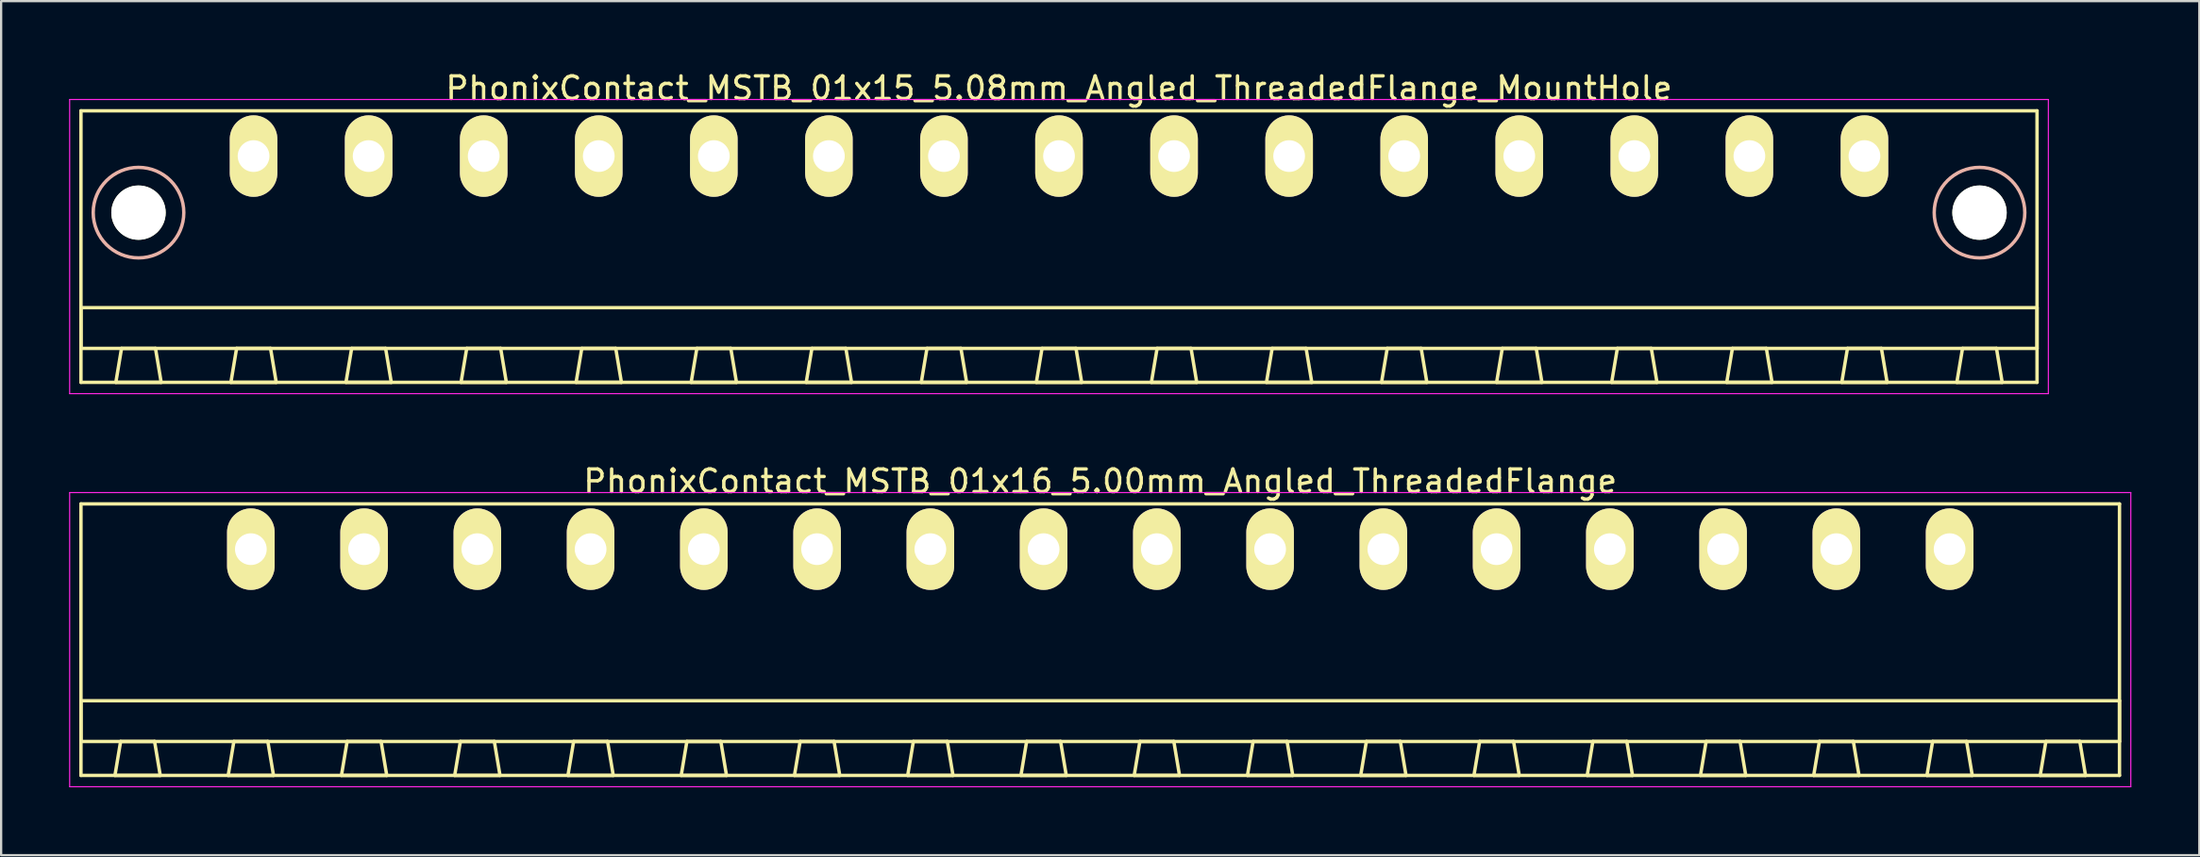
<source format=kicad_pcb>
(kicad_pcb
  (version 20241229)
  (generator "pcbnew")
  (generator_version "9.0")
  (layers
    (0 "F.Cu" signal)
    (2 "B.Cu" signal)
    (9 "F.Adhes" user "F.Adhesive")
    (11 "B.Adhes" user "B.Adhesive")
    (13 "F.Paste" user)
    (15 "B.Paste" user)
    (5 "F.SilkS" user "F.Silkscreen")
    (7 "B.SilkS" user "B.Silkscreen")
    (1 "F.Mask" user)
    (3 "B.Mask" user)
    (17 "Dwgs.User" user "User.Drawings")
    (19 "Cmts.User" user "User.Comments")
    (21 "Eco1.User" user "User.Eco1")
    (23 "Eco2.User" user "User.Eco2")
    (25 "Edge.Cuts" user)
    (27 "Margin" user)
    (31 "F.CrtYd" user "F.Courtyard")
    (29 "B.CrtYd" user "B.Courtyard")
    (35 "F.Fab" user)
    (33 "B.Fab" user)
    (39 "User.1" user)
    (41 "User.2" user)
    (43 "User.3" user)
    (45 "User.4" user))
  (footprint "PhonixContact_MSTB_01x15_5.08mm_Angled_ThreadedFlange_MountHole"
    (layer "F.Cu")
    (at 8.145 3.848)
    (property "Reference" "PhonixContact_MSTB_01x15_5.08mm_Angled_ThreadedFlange_MountHole" (at 35.56 -3 0) (layer "F.SilkS") (effects (font (size 1 1) (thickness 0.15))))
    (attr through_hole)
    (fp_line (start -7.62 -2) (end -7.62 10) (stroke (width 0.15) (type solid)) (layer "F.SilkS"))
    (fp_line (start -7.62 6.7) (end 78.74 6.7) (stroke (width 0.15) (type solid)) (layer "F.SilkS"))
    (fp_line (start -7.62 8.5) (end -7.62 6.7) (stroke (width 0.15) (type solid)) (layer "F.SilkS"))
    (fp_line (start -7.62 10) (end 78.74 10) (stroke (width 0.15) (type solid)) (layer "F.SilkS"))
    (fp_line (start -6.08 10) (end -4.08 10) (stroke (width 0.15) (type solid)) (layer "F.SilkS"))
    (fp_line (start -5.83 8.5) (end -6.08 10) (stroke (width 0.15) (type solid)) (layer "F.SilkS"))
    (fp_line (start -4.33 8.5) (end -5.83 8.5) (stroke (width 0.15) (type solid)) (layer "F.SilkS"))
    (fp_line (start -4.08 10) (end -4.33 8.5) (stroke (width 0.15) (type solid)) (layer "F.SilkS"))
    (fp_line (start -1 10) (end 1 10) (stroke (width 0.15) (type solid)) (layer "F.SilkS"))
    (fp_line (start -0.75 8.5) (end -1 10) (stroke (width 0.15) (type solid)) (layer "F.SilkS"))
    (fp_line (start 0.75 8.5) (end -0.75 8.5) (stroke (width 0.15) (type solid)) (layer "F.SilkS"))
    (fp_line (start 1 10) (end 0.75 8.5) (stroke (width 0.15) (type solid)) (layer "F.SilkS"))
    (fp_line (start 4.08 10) (end 6.08 10) (stroke (width 0.15) (type solid)) (layer "F.SilkS"))
    (fp_line (start 4.33 8.5) (end 4.08 10) (stroke (width 0.15) (type solid)) (layer "F.SilkS"))
    (fp_line (start 5.83 8.5) (end 4.33 8.5) (stroke (width 0.15) (type solid)) (layer "F.SilkS"))
    (fp_line (start 6.08 10) (end 5.83 8.5) (stroke (width 0.15) (type solid)) (layer "F.SilkS"))
    (fp_line (start 9.16 10) (end 11.16 10) (stroke (width 0.15) (type solid)) (layer "F.SilkS"))
    (fp_line (start 9.41 8.5) (end 9.16 10) (stroke (width 0.15) (type solid)) (layer "F.SilkS"))
    (fp_line (start 10.91 8.5) (end 9.41 8.5) (stroke (width 0.15) (type solid)) (layer "F.SilkS"))
    (fp_line (start 11.16 10) (end 10.91 8.5) (stroke (width 0.15) (type solid)) (layer "F.SilkS"))
    (fp_line (start 14.24 10) (end 16.24 10) (stroke (width 0.15) (type solid)) (layer "F.SilkS"))
    (fp_line (start 14.49 8.5) (end 14.24 10) (stroke (width 0.15) (type solid)) (layer "F.SilkS"))
    (fp_line (start 15.99 8.5) (end 14.49 8.5) (stroke (width 0.15) (type solid)) (layer "F.SilkS"))
    (fp_line (start 16.24 10) (end 15.99 8.5) (stroke (width 0.15) (type solid)) (layer "F.SilkS"))
    (fp_line (start 19.32 10) (end 21.32 10) (stroke (width 0.15) (type solid)) (layer "F.SilkS"))
    (fp_line (start 19.57 8.5) (end 19.32 10) (stroke (width 0.15) (type solid)) (layer "F.SilkS"))
    (fp_line (start 21.07 8.5) (end 19.57 8.5) (stroke (width 0.15) (type solid)) (layer "F.SilkS"))
    (fp_line (start 21.32 10) (end 21.07 8.5) (stroke (width 0.15) (type solid)) (layer "F.SilkS"))
    (fp_line (start 24.4 10) (end 26.4 10) (stroke (width 0.15) (type solid)) (layer "F.SilkS"))
    (fp_line (start 24.65 8.5) (end 24.4 10) (stroke (width 0.15) (type solid)) (layer "F.SilkS"))
    (fp_line (start 26.15 8.5) (end 24.65 8.5) (stroke (width 0.15) (type solid)) (layer "F.SilkS"))
    (fp_line (start 26.4 10) (end 26.15 8.5) (stroke (width 0.15) (type solid)) (layer "F.SilkS"))
    (fp_line (start 29.48 10) (end 31.48 10) (stroke (width 0.15) (type solid)) (layer "F.SilkS"))
    (fp_line (start 29.73 8.5) (end 29.48 10) (stroke (width 0.15) (type solid)) (layer "F.SilkS"))
    (fp_line (start 31.23 8.5) (end 29.73 8.5) (stroke (width 0.15) (type solid)) (layer "F.SilkS"))
    (fp_line (start 31.48 10) (end 31.23 8.5) (stroke (width 0.15) (type solid)) (layer "F.SilkS"))
    (fp_line (start 34.56 10) (end 36.56 10) (stroke (width 0.15) (type solid)) (layer "F.SilkS"))
    (fp_line (start 34.81 8.5) (end 34.56 10) (stroke (width 0.15) (type solid)) (layer "F.SilkS"))
    (fp_line (start 36.31 8.5) (end 34.81 8.5) (stroke (width 0.15) (type solid)) (layer "F.SilkS"))
    (fp_line (start 36.56 10) (end 36.31 8.5) (stroke (width 0.15) (type solid)) (layer "F.SilkS"))
    (fp_line (start 39.64 10) (end 41.64 10) (stroke (width 0.15) (type solid)) (layer "F.SilkS"))
    (fp_line (start 39.89 8.5) (end 39.64 10) (stroke (width 0.15) (type solid)) (layer "F.SilkS"))
    (fp_line (start 41.39 8.5) (end 39.89 8.5) (stroke (width 0.15) (type solid)) (layer "F.SilkS"))
    (fp_line (start 41.64 10) (end 41.39 8.5) (stroke (width 0.15) (type solid)) (layer "F.SilkS"))
    (fp_line (start 44.72 10) (end 46.72 10) (stroke (width 0.15) (type solid)) (layer "F.SilkS"))
    (fp_line (start 44.97 8.5) (end 44.72 10) (stroke (width 0.15) (type solid)) (layer "F.SilkS"))
    (fp_line (start 46.47 8.5) (end 44.97 8.5) (stroke (width 0.15) (type solid)) (layer "F.SilkS"))
    (fp_line (start 46.72 10) (end 46.47 8.5) (stroke (width 0.15) (type solid)) (layer "F.SilkS"))
    (fp_line (start 49.8 10) (end 51.8 10) (stroke (width 0.15) (type solid)) (layer "F.SilkS"))
    (fp_line (start 50.05 8.5) (end 49.8 10) (stroke (width 0.15) (type solid)) (layer "F.SilkS"))
    (fp_line (start 51.55 8.5) (end 50.05 8.5) (stroke (width 0.15) (type solid)) (layer "F.SilkS"))
    (fp_line (start 51.8 10) (end 51.55 8.5) (stroke (width 0.15) (type solid)) (layer "F.SilkS"))
    (fp_line (start 54.88 10) (end 56.88 10) (stroke (width 0.15) (type solid)) (layer "F.SilkS"))
    (fp_line (start 55.13 8.5) (end 54.88 10) (stroke (width 0.15) (type solid)) (layer "F.SilkS"))
    (fp_line (start 56.63 8.5) (end 55.13 8.5) (stroke (width 0.15) (type solid)) (layer "F.SilkS"))
    (fp_line (start 56.88 10) (end 56.63 8.5) (stroke (width 0.15) (type solid)) (layer "F.SilkS"))
    (fp_line (start 59.96 10) (end 61.96 10) (stroke (width 0.15) (type solid)) (layer "F.SilkS"))
    (fp_line (start 60.21 8.5) (end 59.96 10) (stroke (width 0.15) (type solid)) (layer "F.SilkS"))
    (fp_line (start 61.71 8.5) (end 60.21 8.5) (stroke (width 0.15) (type solid)) (layer "F.SilkS"))
    (fp_line (start 61.96 10) (end 61.71 8.5) (stroke (width 0.15) (type solid)) (layer "F.SilkS"))
    (fp_line (start 65.04 10) (end 67.04 10) (stroke (width 0.15) (type solid)) (layer "F.SilkS"))
    (fp_line (start 65.29 8.5) (end 65.04 10) (stroke (width 0.15) (type solid)) (layer "F.SilkS"))
    (fp_line (start 66.79 8.5) (end 65.29 8.5) (stroke (width 0.15) (type solid)) (layer "F.SilkS"))
    (fp_line (start 67.04 10) (end 66.79 8.5) (stroke (width 0.15) (type solid)) (layer "F.SilkS"))
    (fp_line (start 70.12 10) (end 72.12 10) (stroke (width 0.15) (type solid)) (layer "F.SilkS"))
    (fp_line (start 70.37 8.5) (end 70.12 10) (stroke (width 0.15) (type solid)) (layer "F.SilkS"))
    (fp_line (start 71.87 8.5) (end 70.37 8.5) (stroke (width 0.15) (type solid)) (layer "F.SilkS"))
    (fp_line (start 72.12 10) (end 71.87 8.5) (stroke (width 0.15) (type solid)) (layer "F.SilkS"))
    (fp_line (start 75.2 10) (end 77.2 10) (stroke (width 0.15) (type solid)) (layer "F.SilkS"))
    (fp_line (start 75.45 8.5) (end 75.2 10) (stroke (width 0.15) (type solid)) (layer "F.SilkS"))
    (fp_line (start 76.95 8.5) (end 75.45 8.5) (stroke (width 0.15) (type solid)) (layer "F.SilkS"))
    (fp_line (start 77.2 10) (end 76.95 8.5) (stroke (width 0.15) (type solid)) (layer "F.SilkS"))
    (fp_line (start 78.74 -2) (end -7.62 -2) (stroke (width 0.15) (type solid)) (layer "F.SilkS"))
    (fp_line (start 78.74 6.7) (end 78.74 8.5) (stroke (width 0.15) (type solid)) (layer "F.SilkS"))
    (fp_line (start 78.74 8.5) (end -7.62 8.5) (stroke (width 0.15) (type solid)) (layer "F.SilkS"))
    (fp_line (start 78.74 10) (end 78.74 -2) (stroke (width 0.15) (type solid)) (layer "F.SilkS"))
    (fp_circle (center -5.08 2.5) (end -3.08 2.5) (stroke (width 0.15) (type solid)) (fill no) (layer "B.SilkS"))
    (fp_circle (center 76.2 2.5) (end 78.2 2.5) (stroke (width 0.15) (type solid)) (fill no) (layer "B.SilkS"))
    (fp_line (start -8.12 -2.5) (end -8.12 10.5) (stroke (width 0.05) (type solid)) (layer "F.CrtYd"))
    (fp_line (start -8.12 10.5) (end 79.24 10.5) (stroke (width 0.05) (type solid)) (layer "F.CrtYd"))
    (fp_line (start 79.24 -2.5) (end -8.12 -2.5) (stroke (width 0.05) (type solid)) (layer "F.CrtYd"))
    (fp_line (start 79.24 10.5) (end 79.24 -2.5) (stroke (width 0.05) (type solid)) (layer "F.CrtYd"))
    (pad "" np_thru_hole circle (at -5.08 2.5) (size 2.4 2.4) (drill 2.4) (layers "*.Cu" "*.Mask" "F.SilkS"))
    (pad "" np_thru_hole circle (at 76.2 2.5) (size 2.4 2.4) (drill 2.4) (layers "*.Cu" "*.Mask" "F.SilkS"))
    (pad "1" thru_hole oval (at 0 0) (size 2.1 3.6) (drill 1.4) (layers "*.Cu" "*.Mask" "F.SilkS"))
    (pad "2" thru_hole oval (at 5.08 0) (size 2.1 3.6) (drill 1.4) (layers "*.Cu" "*.Mask" "F.SilkS"))
    (pad "3" thru_hole oval (at 10.16 0) (size 2.1 3.6) (drill 1.4) (layers "*.Cu" "*.Mask" "F.SilkS"))
    (pad "4" thru_hole oval (at 15.24 0) (size 2.1 3.6) (drill 1.4) (layers "*.Cu" "*.Mask" "F.SilkS"))
    (pad "5" thru_hole oval (at 20.32 0) (size 2.1 3.6) (drill 1.4) (layers "*.Cu" "*.Mask" "F.SilkS"))
    (pad "6" thru_hole oval (at 25.4 0) (size 2.1 3.6) (drill 1.4) (layers "*.Cu" "*.Mask" "F.SilkS"))
    (pad "7" thru_hole oval (at 30.48 0) (size 2.1 3.6) (drill 1.4) (layers "*.Cu" "*.Mask" "F.SilkS"))
    (pad "8" thru_hole oval (at 35.56 0) (size 2.1 3.6) (drill 1.4) (layers "*.Cu" "*.Mask" "F.SilkS"))
    (pad "9" thru_hole oval (at 40.64 0) (size 2.1 3.6) (drill 1.4) (layers "*.Cu" "*.Mask" "F.SilkS"))
    (pad "10" thru_hole oval (at 45.72 0) (size 2.1 3.6) (drill 1.4) (layers "*.Cu" "*.Mask" "F.SilkS"))
    (pad "11" thru_hole oval (at 50.8 0) (size 2.1 3.6) (drill 1.4) (layers "*.Cu" "*.Mask" "F.SilkS"))
    (pad "12" thru_hole oval (at 55.88 0) (size 2.1 3.6) (drill 1.4) (layers "*.Cu" "*.Mask" "F.SilkS"))
    (pad "13" thru_hole oval (at 60.96 0) (size 2.1 3.6) (drill 1.4) (layers "*.Cu" "*.Mask" "F.SilkS"))
    (pad "14" thru_hole oval (at 66.04 0) (size 2.1 3.6) (drill 1.4) (layers "*.Cu" "*.Mask" "F.SilkS"))
    (pad "15" thru_hole oval (at 71.12 0) (size 2.1 3.6) (drill 1.4) (layers "*.Cu" "*.Mask" "F.SilkS")))
  (footprint "PhonixContact_MSTB_01x16_5.00mm_Angled_ThreadedFlange"
    (layer "F.Cu")
    (at 8.025 21.221)
    (property "Reference" "PhonixContact_MSTB_01x16_5.00mm_Angled_ThreadedFlange" (at 37.5 -3 0) (layer "F.SilkS") (effects (font (size 1 1) (thickness 0.15))))
    (attr through_hole)
    (fp_line (start -7.5 -2) (end -7.5 10) (stroke (width 0.15) (type solid)) (layer "F.SilkS"))
    (fp_line (start -7.5 6.7) (end 82.5 6.7) (stroke (width 0.15) (type solid)) (layer "F.SilkS"))
    (fp_line (start -7.5 8.5) (end -7.5 6.7) (stroke (width 0.15) (type solid)) (layer "F.SilkS"))
    (fp_line (start -7.5 10) (end 82.5 10) (stroke (width 0.15) (type solid)) (layer "F.SilkS"))
    (fp_line (start -6 10) (end -4 10) (stroke (width 0.15) (type solid)) (layer "F.SilkS"))
    (fp_line (start -5.75 8.5) (end -6 10) (stroke (width 0.15) (type solid)) (layer "F.SilkS"))
    (fp_line (start -4.25 8.5) (end -5.75 8.5) (stroke (width 0.15) (type solid)) (layer "F.SilkS"))
    (fp_line (start -4 10) (end -4.25 8.5) (stroke (width 0.15) (type solid)) (layer "F.SilkS"))
    (fp_line (start -1 10) (end 1 10) (stroke (width 0.15) (type solid)) (layer "F.SilkS"))
    (fp_line (start -0.75 8.5) (end -1 10) (stroke (width 0.15) (type solid)) (layer "F.SilkS"))
    (fp_line (start 0.75 8.5) (end -0.75 8.5) (stroke (width 0.15) (type solid)) (layer "F.SilkS"))
    (fp_line (start 1 10) (end 0.75 8.5) (stroke (width 0.15) (type solid)) (layer "F.SilkS"))
    (fp_line (start 4 10) (end 6 10) (stroke (width 0.15) (type solid)) (layer "F.SilkS"))
    (fp_line (start 4.25 8.5) (end 4 10) (stroke (width 0.15) (type solid)) (layer "F.SilkS"))
    (fp_line (start 5.75 8.5) (end 4.25 8.5) (stroke (width 0.15) (type solid)) (layer "F.SilkS"))
    (fp_line (start 6 10) (end 5.75 8.5) (stroke (width 0.15) (type solid)) (layer "F.SilkS"))
    (fp_line (start 9 10) (end 11 10) (stroke (width 0.15) (type solid)) (layer "F.SilkS"))
    (fp_line (start 9.25 8.5) (end 9 10) (stroke (width 0.15) (type solid)) (layer "F.SilkS"))
    (fp_line (start 10.75 8.5) (end 9.25 8.5) (stroke (width 0.15) (type solid)) (layer "F.SilkS"))
    (fp_line (start 11 10) (end 10.75 8.5) (stroke (width 0.15) (type solid)) (layer "F.SilkS"))
    (fp_line (start 14 10) (end 16 10) (stroke (width 0.15) (type solid)) (layer "F.SilkS"))
    (fp_line (start 14.25 8.5) (end 14 10) (stroke (width 0.15) (type solid)) (layer "F.SilkS"))
    (fp_line (start 15.75 8.5) (end 14.25 8.5) (stroke (width 0.15) (type solid)) (layer "F.SilkS"))
    (fp_line (start 16 10) (end 15.75 8.5) (stroke (width 0.15) (type solid)) (layer "F.SilkS"))
    (fp_line (start 19 10) (end 21 10) (stroke (width 0.15) (type solid)) (layer "F.SilkS"))
    (fp_line (start 19.25 8.5) (end 19 10) (stroke (width 0.15) (type solid)) (layer "F.SilkS"))
    (fp_line (start 20.75 8.5) (end 19.25 8.5) (stroke (width 0.15) (type solid)) (layer "F.SilkS"))
    (fp_line (start 21 10) (end 20.75 8.5) (stroke (width 0.15) (type solid)) (layer "F.SilkS"))
    (fp_line (start 24 10) (end 26 10) (stroke (width 0.15) (type solid)) (layer "F.SilkS"))
    (fp_line (start 24.25 8.5) (end 24 10) (stroke (width 0.15) (type solid)) (layer "F.SilkS"))
    (fp_line (start 25.75 8.5) (end 24.25 8.5) (stroke (width 0.15) (type solid)) (layer "F.SilkS"))
    (fp_line (start 26 10) (end 25.75 8.5) (stroke (width 0.15) (type solid)) (layer "F.SilkS"))
    (fp_line (start 29 10) (end 31 10) (stroke (width 0.15) (type solid)) (layer "F.SilkS"))
    (fp_line (start 29.25 8.5) (end 29 10) (stroke (width 0.15) (type solid)) (layer "F.SilkS"))
    (fp_line (start 30.75 8.5) (end 29.25 8.5) (stroke (width 0.15) (type solid)) (layer "F.SilkS"))
    (fp_line (start 31 10) (end 30.75 8.5) (stroke (width 0.15) (type solid)) (layer "F.SilkS"))
    (fp_line (start 34 10) (end 36 10) (stroke (width 0.15) (type solid)) (layer "F.SilkS"))
    (fp_line (start 34.25 8.5) (end 34 10) (stroke (width 0.15) (type solid)) (layer "F.SilkS"))
    (fp_line (start 35.75 8.5) (end 34.25 8.5) (stroke (width 0.15) (type solid)) (layer "F.SilkS"))
    (fp_line (start 36 10) (end 35.75 8.5) (stroke (width 0.15) (type solid)) (layer "F.SilkS"))
    (fp_line (start 39 10) (end 41 10) (stroke (width 0.15) (type solid)) (layer "F.SilkS"))
    (fp_line (start 39.25 8.5) (end 39 10) (stroke (width 0.15) (type solid)) (layer "F.SilkS"))
    (fp_line (start 40.75 8.5) (end 39.25 8.5) (stroke (width 0.15) (type solid)) (layer "F.SilkS"))
    (fp_line (start 41 10) (end 40.75 8.5) (stroke (width 0.15) (type solid)) (layer "F.SilkS"))
    (fp_line (start 44 10) (end 46 10) (stroke (width 0.15) (type solid)) (layer "F.SilkS"))
    (fp_line (start 44.25 8.5) (end 44 10) (stroke (width 0.15) (type solid)) (layer "F.SilkS"))
    (fp_line (start 45.75 8.5) (end 44.25 8.5) (stroke (width 0.15) (type solid)) (layer "F.SilkS"))
    (fp_line (start 46 10) (end 45.75 8.5) (stroke (width 0.15) (type solid)) (layer "F.SilkS"))
    (fp_line (start 49 10) (end 51 10) (stroke (width 0.15) (type solid)) (layer "F.SilkS"))
    (fp_line (start 49.25 8.5) (end 49 10) (stroke (width 0.15) (type solid)) (layer "F.SilkS"))
    (fp_line (start 50.75 8.5) (end 49.25 8.5) (stroke (width 0.15) (type solid)) (layer "F.SilkS"))
    (fp_line (start 51 10) (end 50.75 8.5) (stroke (width 0.15) (type solid)) (layer "F.SilkS"))
    (fp_line (start 54 10) (end 56 10) (stroke (width 0.15) (type solid)) (layer "F.SilkS"))
    (fp_line (start 54.25 8.5) (end 54 10) (stroke (width 0.15) (type solid)) (layer "F.SilkS"))
    (fp_line (start 55.75 8.5) (end 54.25 8.5) (stroke (width 0.15) (type solid)) (layer "F.SilkS"))
    (fp_line (start 56 10) (end 55.75 8.5) (stroke (width 0.15) (type solid)) (layer "F.SilkS"))
    (fp_line (start 59 10) (end 61 10) (stroke (width 0.15) (type solid)) (layer "F.SilkS"))
    (fp_line (start 59.25 8.5) (end 59 10) (stroke (width 0.15) (type solid)) (layer "F.SilkS"))
    (fp_line (start 60.75 8.5) (end 59.25 8.5) (stroke (width 0.15) (type solid)) (layer "F.SilkS"))
    (fp_line (start 61 10) (end 60.75 8.5) (stroke (width 0.15) (type solid)) (layer "F.SilkS"))
    (fp_line (start 64 10) (end 66 10) (stroke (width 0.15) (type solid)) (layer "F.SilkS"))
    (fp_line (start 64.25 8.5) (end 64 10) (stroke (width 0.15) (type solid)) (layer "F.SilkS"))
    (fp_line (start 65.75 8.5) (end 64.25 8.5) (stroke (width 0.15) (type solid)) (layer "F.SilkS"))
    (fp_line (start 66 10) (end 65.75 8.5) (stroke (width 0.15) (type solid)) (layer "F.SilkS"))
    (fp_line (start 69 10) (end 71 10) (stroke (width 0.15) (type solid)) (layer "F.SilkS"))
    (fp_line (start 69.25 8.5) (end 69 10) (stroke (width 0.15) (type solid)) (layer "F.SilkS"))
    (fp_line (start 70.75 8.5) (end 69.25 8.5) (stroke (width 0.15) (type solid)) (layer "F.SilkS"))
    (fp_line (start 71 10) (end 70.75 8.5) (stroke (width 0.15) (type solid)) (layer "F.SilkS"))
    (fp_line (start 74 10) (end 76 10) (stroke (width 0.15) (type solid)) (layer "F.SilkS"))
    (fp_line (start 74.25 8.5) (end 74 10) (stroke (width 0.15) (type solid)) (layer "F.SilkS"))
    (fp_line (start 75.75 8.5) (end 74.25 8.5) (stroke (width 0.15) (type solid)) (layer "F.SilkS"))
    (fp_line (start 76 10) (end 75.75 8.5) (stroke (width 0.15) (type solid)) (layer "F.SilkS"))
    (fp_line (start 79 10) (end 81 10) (stroke (width 0.15) (type solid)) (layer "F.SilkS"))
    (fp_line (start 79.25 8.5) (end 79 10) (stroke (width 0.15) (type solid)) (layer "F.SilkS"))
    (fp_line (start 80.75 8.5) (end 79.25 8.5) (stroke (width 0.15) (type solid)) (layer "F.SilkS"))
    (fp_line (start 81 10) (end 80.75 8.5) (stroke (width 0.15) (type solid)) (layer "F.SilkS"))
    (fp_line (start 82.5 -2) (end -7.5 -2) (stroke (width 0.15) (type solid)) (layer "F.SilkS"))
    (fp_line (start 82.5 6.7) (end 82.5 8.5) (stroke (width 0.15) (type solid)) (layer "F.SilkS"))
    (fp_line (start 82.5 8.5) (end -7.5 8.5) (stroke (width 0.15) (type solid)) (layer "F.SilkS"))
    (fp_line (start 82.5 10) (end 82.5 -2) (stroke (width 0.15) (type solid)) (layer "F.SilkS"))
    (fp_line (start -8 -2.5) (end -8 10.5) (stroke (width 0.05) (type solid)) (layer "F.CrtYd"))
    (fp_line (start -8 10.5) (end 83 10.5) (stroke (width 0.05) (type solid)) (layer "F.CrtYd"))
    (fp_line (start 83 -2.5) (end -8 -2.5) (stroke (width 0.05) (type solid)) (layer "F.CrtYd"))
    (fp_line (start 83 10.5) (end 83 -2.5) (stroke (width 0.05) (type solid)) (layer "F.CrtYd"))
    (pad "1" thru_hole oval (at 0 0) (size 2.1 3.6) (drill 1.4) (layers "*.Cu" "*.Mask" "F.SilkS"))
    (pad "2" thru_hole oval (at 5 0) (size 2.1 3.6) (drill 1.4) (layers "*.Cu" "*.Mask" "F.SilkS"))
    (pad "3" thru_hole oval (at 10 0) (size 2.1 3.6) (drill 1.4) (layers "*.Cu" "*.Mask" "F.SilkS"))
    (pad "4" thru_hole oval (at 15 0) (size 2.1 3.6) (drill 1.4) (layers "*.Cu" "*.Mask" "F.SilkS"))
    (pad "5" thru_hole oval (at 20 0) (size 2.1 3.6) (drill 1.4) (layers "*.Cu" "*.Mask" "F.SilkS"))
    (pad "6" thru_hole oval (at 25 0) (size 2.1 3.6) (drill 1.4) (layers "*.Cu" "*.Mask" "F.SilkS"))
    (pad "7" thru_hole oval (at 30 0) (size 2.1 3.6) (drill 1.4) (layers "*.Cu" "*.Mask" "F.SilkS"))
    (pad "8" thru_hole oval (at 35 0) (size 2.1 3.6) (drill 1.4) (layers "*.Cu" "*.Mask" "F.SilkS"))
    (pad "9" thru_hole oval (at 40 0) (size 2.1 3.6) (drill 1.4) (layers "*.Cu" "*.Mask" "F.SilkS"))
    (pad "10" thru_hole oval (at 45 0) (size 2.1 3.6) (drill 1.4) (layers "*.Cu" "*.Mask" "F.SilkS"))
    (pad "11" thru_hole oval (at 50 0) (size 2.1 3.6) (drill 1.4) (layers "*.Cu" "*.Mask" "F.SilkS"))
    (pad "12" thru_hole oval (at 55 0) (size 2.1 3.6) (drill 1.4) (layers "*.Cu" "*.Mask" "F.SilkS"))
    (pad "13" thru_hole oval (at 60 0) (size 2.1 3.6) (drill 1.4) (layers "*.Cu" "*.Mask" "F.SilkS"))
    (pad "14" thru_hole oval (at 65 0) (size 2.1 3.6) (drill 1.4) (layers "*.Cu" "*.Mask" "F.SilkS"))
    (pad "15" thru_hole oval (at 70 0) (size 2.1 3.6) (drill 1.4) (layers "*.Cu" "*.Mask" "F.SilkS"))
    (pad "16" thru_hole oval (at 75 0) (size 2.1 3.6) (drill 1.4) (layers "*.Cu" "*.Mask" "F.SilkS")))
  (gr_rect
    (start -3 -3)
    (end 94.05 34.746)
    (stroke (width 0.1) (type default))
    (fill no)
    (layer "Edge.Cuts")))
</source>
